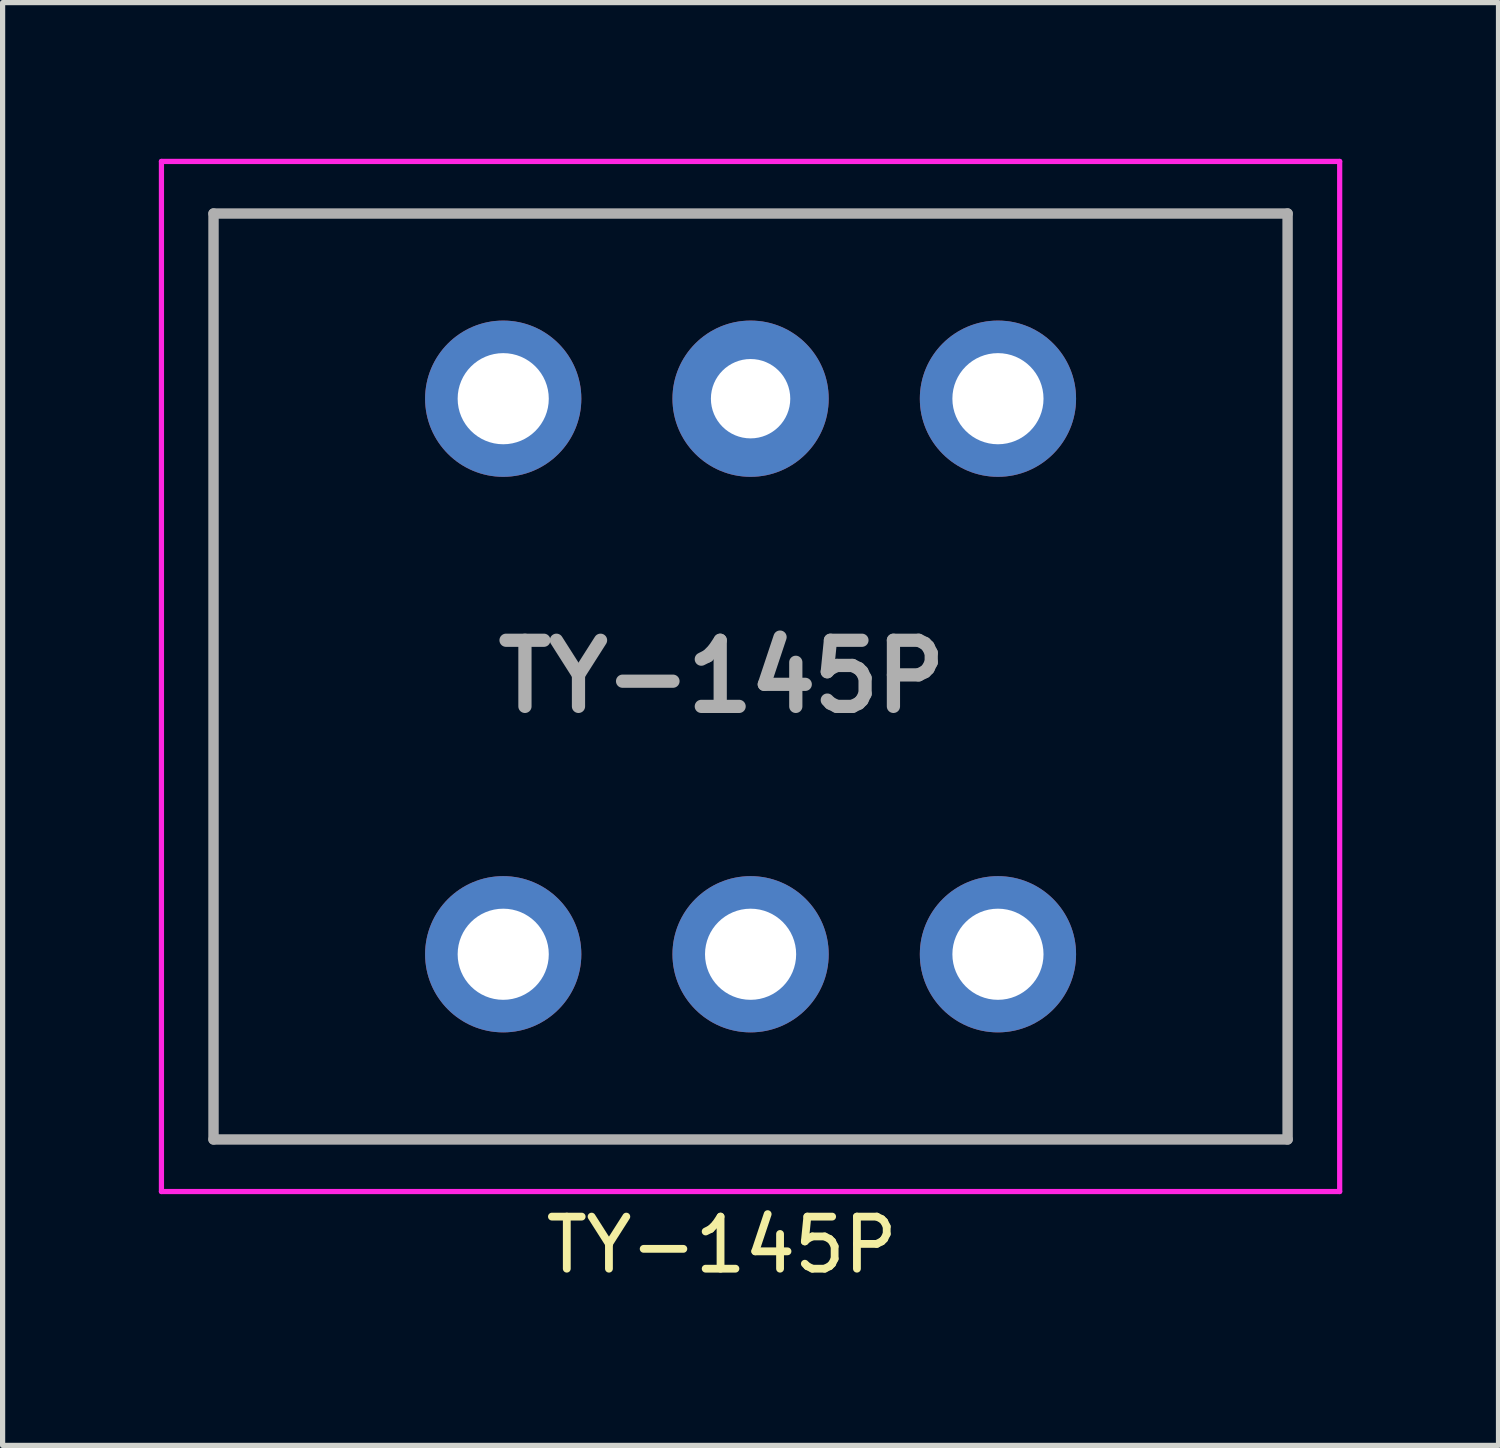
<source format=kicad_pcb>
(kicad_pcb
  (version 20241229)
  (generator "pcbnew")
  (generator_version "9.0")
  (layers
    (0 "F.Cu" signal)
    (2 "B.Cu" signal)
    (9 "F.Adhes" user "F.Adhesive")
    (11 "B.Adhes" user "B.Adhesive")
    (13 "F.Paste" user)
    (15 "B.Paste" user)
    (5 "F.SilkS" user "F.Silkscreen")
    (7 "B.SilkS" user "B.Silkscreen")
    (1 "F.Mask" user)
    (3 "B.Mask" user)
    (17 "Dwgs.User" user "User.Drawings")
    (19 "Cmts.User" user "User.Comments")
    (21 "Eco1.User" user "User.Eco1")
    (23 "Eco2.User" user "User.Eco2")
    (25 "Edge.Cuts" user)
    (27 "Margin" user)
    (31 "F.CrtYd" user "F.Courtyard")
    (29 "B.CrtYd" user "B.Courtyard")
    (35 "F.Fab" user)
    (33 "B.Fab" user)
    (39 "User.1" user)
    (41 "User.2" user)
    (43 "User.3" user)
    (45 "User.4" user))
  (footprint "TY-145P"
    (layer "F.Cu")
    (at 10.81 9.427)
    (property "Reference" "TY-145P" (at 0 11.43 0) (layer "F.SilkS") (effects (font (size 1 1) (thickness 0.15))))
    (attr through_hole)
    (fp_line (start -9.76 -8.377) (end 10.865 -8.377) (stroke (width 0.1) (type solid)) (layer "F.SilkS"))
    (fp_line (start -9.76 9.403) (end -9.76 -8.377) (stroke (width 0.1) (type solid)) (layer "F.SilkS"))
    (fp_line (start 10.865 -8.377) (end 10.865 9.403) (stroke (width 0.1) (type solid)) (layer "F.SilkS"))
    (fp_line (start 10.865 9.403) (end -9.76 9.403) (stroke (width 0.1) (type solid)) (layer "F.SilkS"))
    (fp_line (start -10.76 -9.377) (end 11.865 -9.377) (stroke (width 0.1) (type solid)) (layer "F.CrtYd"))
    (fp_line (start -10.76 10.403) (end -10.76 -9.377) (stroke (width 0.1) (type solid)) (layer "F.CrtYd"))
    (fp_line (start 11.865 -9.377) (end 11.865 10.403) (stroke (width 0.1) (type solid)) (layer "F.CrtYd"))
    (fp_line (start 11.865 10.403) (end -10.76 10.403) (stroke (width 0.1) (type solid)) (layer "F.CrtYd"))
    (fp_line (start -9.76 -8.377) (end 10.865 -8.377) (stroke (width 0.2) (type solid)) (layer "F.Fab"))
    (fp_line (start -9.76 9.403) (end -9.76 -8.377) (stroke (width 0.2) (type solid)) (layer "F.Fab"))
    (fp_line (start 10.865 -8.377) (end 10.865 9.403) (stroke (width 0.2) (type solid)) (layer "F.Fab"))
    (fp_line (start 10.865 9.403) (end -9.76 9.403) (stroke (width 0.2) (type solid)) (layer "F.Fab"))
    (fp_text user "${REFERENCE}" (at 0 0.513 0) (layer "F.Fab") (effects (font (size 1.27 1.27) (thickness 0.254))))
    (pad "1" thru_hole circle (at -4.197 5.847) (size 3 3) (drill 1.75) (layers "*.Cu" "*.Mask"))
    (pad "2" thru_hole circle (at 0.553 5.847) (size 3 3) (drill 1.75) (layers "*.Cu" "*.Mask"))
    (pad "3" thru_hole circle (at 5.303 5.847) (size 3 3) (drill 1.75) (layers "*.Cu" "*.Mask"))
    (pad "4" thru_hole circle (at 5.303 -4.821) (size 3 3) (drill 1.75) (layers "*.Cu" "*.Mask"))
    (pad "5" thru_hole circle (at 0.553 -4.821) (size 3 3) (drill 1.524) (layers "*.Cu" "*.Mask"))
    (pad "6" thru_hole circle (at -4.197 -4.821) (size 3 3) (drill 1.75) (layers "*.Cu" "*.Mask")))
  (gr_rect
    (start -3 -3)
    (end 25.725 24.705)
    (stroke (width 0.1) (type default))
    (fill no)
    (layer "Edge.Cuts")))
</source>
